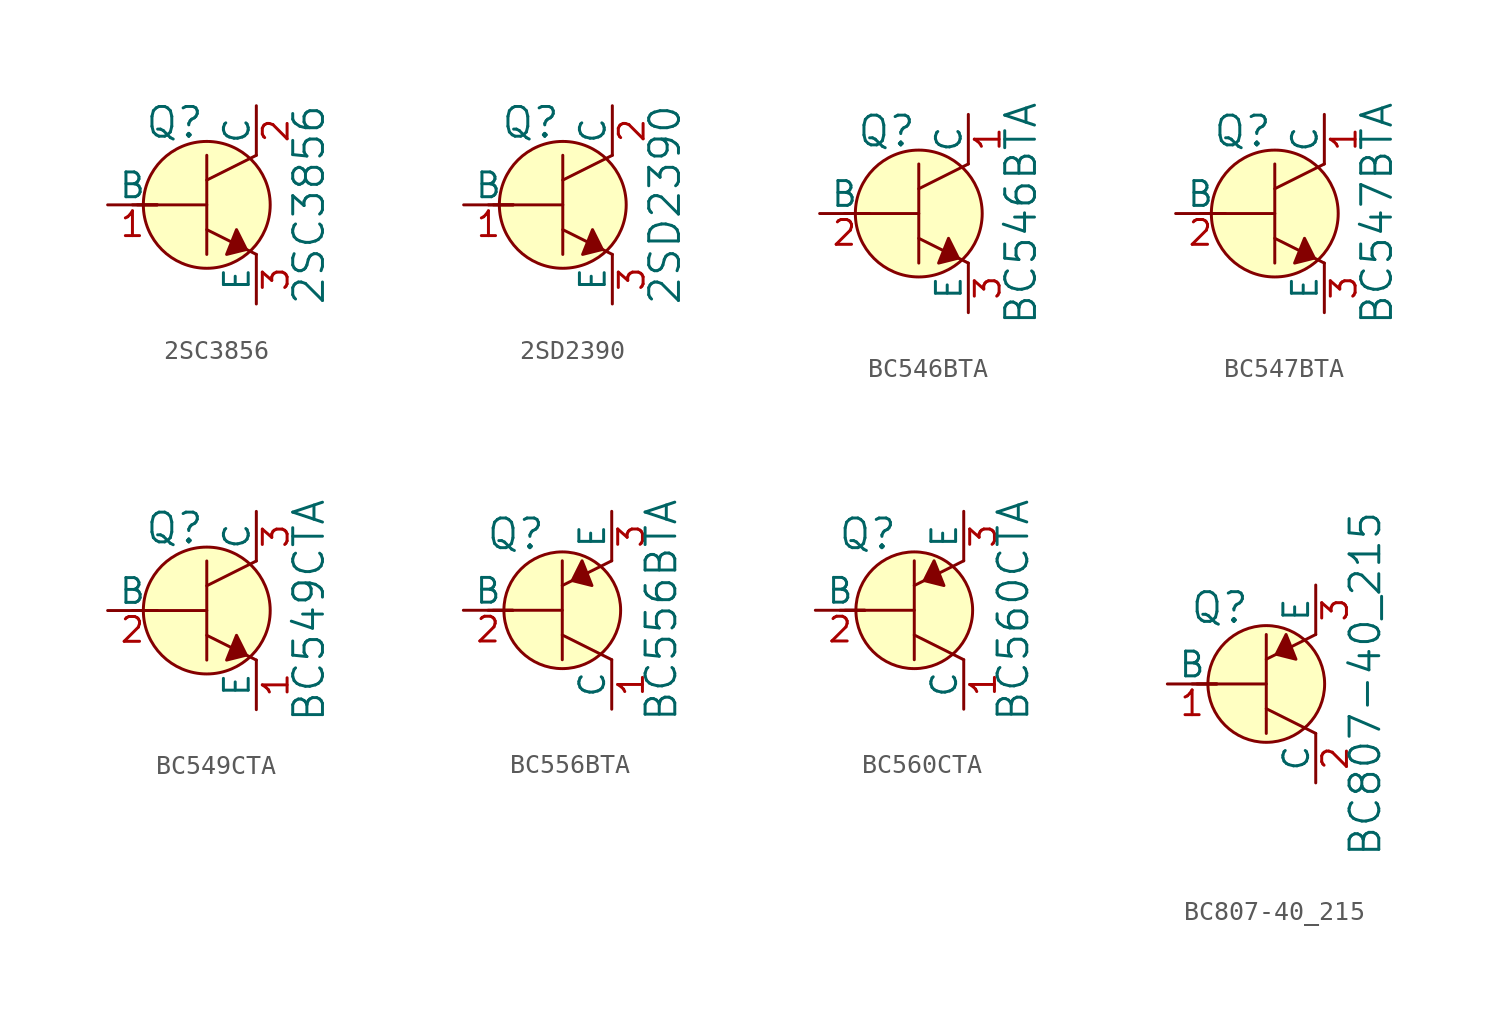
<source format=kicad_sym>
(kicad_symbol_lib
  (version 20220914)
  (generator kicad_symbol_editor)
  (symbol "2SC3856"
    (pin_names
      (offset 0))
    (property "Reference" "Q"
      (at -3.2 4.216 0)
      (effects (font (size 1.524 1.524)) (justify left)))
    (property "Value" "2SC3856"
      (at 5.232 0 90)
      (effects (font (size 1.524 1.524))))
    (symbol "2SC3856_0_1"
      (polyline (pts (xy -3.81 0) (xy -2.54 0)) (stroke (width 0) (type default)) (fill (type none)))
      (polyline (pts (xy -3.556 0) (xy 0 0)) (stroke (width 0) (type default)) (fill (type none)))
      (polyline (pts (xy 0 -1.27) (xy 2.54 -2.54)) (stroke (width 0) (type default)) (fill (type none)))
      (polyline (pts (xy 0 1.27) (xy 2.54 2.54)) (stroke (width 0) (type default)) (fill (type none)))
      (polyline (pts (xy 0 2.54) (xy 0 -2.54)) (stroke (width 0) (type default)) (fill (type none)))
      (polyline (pts (xy 1.524 -1.27) (xy 2.032 -2.286) (xy 1.016 -2.54) (xy 1.524 -1.27)) (stroke (width 0) (type default)) (fill (type outline)))
      (circle (center 0 0) (radius 3.251) (stroke (width 0) (type default)) (fill (type background))))
    (symbol "2SC3856_1_1"
      (pin input line (at -5.08 0 0) (length 2.54) (name "B" (effects (font (size 1.27 1.27)))) (number "1" (effects (font (size 1.27 1.27)))))
      (pin passive line (at 2.54 5.08 270) (length 2.54) (name "C" (effects (font (size 1.27 1.27)))) (number "2" (effects (font (size 1.27 1.27)))))
      (pin passive line (at 2.54 -5.08 90) (length 2.54) (name "E" (effects (font (size 1.27 1.27)))) (number "3" (effects (font (size 1.27 1.27)))))))
  (symbol "2SD2390"
    (pin_names
      (offset 0))
    (property "Reference" "Q"
      (at -3.2 4.216 0)
      (effects (font (size 1.524 1.524)) (justify left)))
    (property "Value" "2SD2390"
      (at 5.232 0 90)
      (effects (font (size 1.524 1.524))))
    (symbol "2SD2390_0_1"
      (polyline (pts (xy -3.81 0) (xy -2.54 0)) (stroke (width 0) (type default)) (fill (type none)))
      (polyline (pts (xy -3.556 0) (xy 0 0)) (stroke (width 0) (type default)) (fill (type none)))
      (polyline (pts (xy 0 -1.27) (xy 2.54 -2.54)) (stroke (width 0) (type default)) (fill (type none)))
      (polyline (pts (xy 0 1.27) (xy 2.54 2.54)) (stroke (width 0) (type default)) (fill (type none)))
      (polyline (pts (xy 0 2.54) (xy 0 -2.54)) (stroke (width 0) (type default)) (fill (type none)))
      (polyline (pts (xy 1.524 -1.27) (xy 2.032 -2.286) (xy 1.016 -2.54) (xy 1.524 -1.27)) (stroke (width 0) (type default)) (fill (type outline)))
      (circle (center 0 0) (radius 3.251) (stroke (width 0) (type default)) (fill (type background))))
    (symbol "2SD2390_1_1"
      (pin input line (at -5.08 0 0) (length 2.54) (name "B" (effects (font (size 1.27 1.27)))) (number "1" (effects (font (size 1.27 1.27)))))
      (pin passive line (at 2.54 5.08 270) (length 2.54) (name "C" (effects (font (size 1.27 1.27)))) (number "2" (effects (font (size 1.27 1.27)))))
      (pin passive line (at 2.54 -5.08 90) (length 2.54) (name "E" (effects (font (size 1.27 1.27)))) (number "3" (effects (font (size 1.27 1.27)))))))
  (symbol "BC546BTA"
    (pin_names
      (offset 0))
    (property "Reference" "Q"
      (at -3.2 4.216 0)
      (effects (font (size 1.524 1.524)) (justify left)))
    (property "Value" "BC546BTA"
      (at 5.232 0 90)
      (effects (font (size 1.524 1.524))))
    (symbol "BC546BTA_0_1"
      (polyline (pts (xy -3.81 0) (xy -2.54 0)) (stroke (width 0) (type default)) (fill (type none)))
      (polyline (pts (xy -3.556 0) (xy 0 0)) (stroke (width 0) (type default)) (fill (type none)))
      (polyline (pts (xy 0 -1.27) (xy 2.54 -2.54)) (stroke (width 0) (type default)) (fill (type none)))
      (polyline (pts (xy 0 1.27) (xy 2.54 2.54)) (stroke (width 0) (type default)) (fill (type none)))
      (polyline (pts (xy 0 2.54) (xy 0 -2.54)) (stroke (width 0) (type default)) (fill (type none)))
      (polyline (pts (xy 1.524 -1.27) (xy 2.032 -2.286) (xy 1.016 -2.54) (xy 1.524 -1.27)) (stroke (width 0) (type default)) (fill (type outline)))
      (circle (center 0 0) (radius 3.251) (stroke (width 0) (type default)) (fill (type background))))
    (symbol "BC546BTA_1_1"
      (pin passive line (at 2.54 5.08 270) (length 2.54) (name "C" (effects (font (size 1.27 1.27)))) (number "1" (effects (font (size 1.27 1.27)))))
      (pin input line (at -5.08 0 0) (length 2.54) (name "B" (effects (font (size 1.27 1.27)))) (number "2" (effects (font (size 1.27 1.27)))))
      (pin passive line (at 2.54 -5.08 90) (length 2.54) (name "E" (effects (font (size 1.27 1.27)))) (number "3" (effects (font (size 1.27 1.27)))))))
  (symbol "BC547BTA"
    (pin_names
      (offset 0))
    (property "Reference" "Q"
      (at -3.2 4.216 0)
      (effects (font (size 1.524 1.524)) (justify left)))
    (property "Value" "BC547BTA"
      (at 5.232 0 90)
      (effects (font (size 1.524 1.524))))
    (symbol "BC547BTA_0_1"
      (polyline (pts (xy -3.81 0) (xy -2.54 0)) (stroke (width 0) (type default)) (fill (type none)))
      (polyline (pts (xy -3.556 0) (xy 0 0)) (stroke (width 0) (type default)) (fill (type none)))
      (polyline (pts (xy 0 -1.27) (xy 2.54 -2.54)) (stroke (width 0) (type default)) (fill (type none)))
      (polyline (pts (xy 0 1.27) (xy 2.54 2.54)) (stroke (width 0) (type default)) (fill (type none)))
      (polyline (pts (xy 0 2.54) (xy 0 -2.54)) (stroke (width 0) (type default)) (fill (type none)))
      (polyline (pts (xy 1.524 -1.27) (xy 2.032 -2.286) (xy 1.016 -2.54) (xy 1.524 -1.27)) (stroke (width 0) (type default)) (fill (type outline)))
      (circle (center 0 0) (radius 3.251) (stroke (width 0) (type default)) (fill (type background))))
    (symbol "BC547BTA_1_1"
      (pin passive line (at 2.54 5.08 270) (length 2.54) (name "C" (effects (font (size 1.27 1.27)))) (number "1" (effects (font (size 1.27 1.27)))))
      (pin input line (at -5.08 0 0) (length 2.54) (name "B" (effects (font (size 1.27 1.27)))) (number "2" (effects (font (size 1.27 1.27)))))
      (pin passive line (at 2.54 -5.08 90) (length 2.54) (name "E" (effects (font (size 1.27 1.27)))) (number "3" (effects (font (size 1.27 1.27)))))))
  (symbol "BC549CTA"
    (pin_names
      (offset 0))
    (property "Reference" "Q"
      (at -3.2 4.216 0)
      (effects (font (size 1.524 1.524)) (justify left)))
    (property "Value" "BC549CTA"
      (at 5.232 0 90)
      (effects (font (size 1.524 1.524))))
    (symbol "BC549CTA_0_1"
      (polyline (pts (xy -3.81 0) (xy -2.54 0)) (stroke (width 0) (type default)) (fill (type none)))
      (polyline (pts (xy -3.556 0) (xy 0 0)) (stroke (width 0) (type default)) (fill (type none)))
      (polyline (pts (xy 0 -1.27) (xy 2.54 -2.54)) (stroke (width 0) (type default)) (fill (type none)))
      (polyline (pts (xy 0 1.27) (xy 2.54 2.54)) (stroke (width 0) (type default)) (fill (type none)))
      (polyline (pts (xy 0 2.54) (xy 0 -2.54)) (stroke (width 0) (type default)) (fill (type none)))
      (polyline (pts (xy 1.524 -1.27) (xy 2.032 -2.286) (xy 1.016 -2.54) (xy 1.524 -1.27)) (stroke (width 0) (type default)) (fill (type outline)))
      (circle (center 0 0) (radius 3.251) (stroke (width 0) (type default)) (fill (type background))))
    (symbol "BC549CTA_1_1"
      (pin passive line (at 2.54 -5.08 90) (length 2.54) (name "E" (effects (font (size 1.27 1.27)))) (number "1" (effects (font (size 1.27 1.27)))))
      (pin input line (at -5.08 0 0) (length 2.54) (name "B" (effects (font (size 1.27 1.27)))) (number "2" (effects (font (size 1.27 1.27)))))
      (pin passive line (at 2.54 5.08 270) (length 2.54) (name "C" (effects (font (size 1.27 1.27)))) (number "3" (effects (font (size 1.27 1.27)))))))
  (symbol "BC556BTA"
    (pin_names
      (offset 0))
    (property "Reference" "Q"
      (at -2.388 3.912 0)
      (effects (font (size 1.524 1.524))))
    (property "Value" "BC556BTA"
      (at 5.08 0 90)
      (effects (font (size 1.524 1.524))))
    (symbol "BC556BTA_0_1"
      (polyline (pts (xy -3.81 0) (xy -2.54 0)) (stroke (width 0) (type default)) (fill (type none)))
      (polyline (pts (xy -3.556 0) (xy 0 0)) (stroke (width 0) (type default)) (fill (type none)))
      (polyline (pts (xy 0 -1.27) (xy 2.54 -2.54)) (stroke (width 0) (type default)) (fill (type none)))
      (polyline (pts (xy 0 1.27) (xy 2.54 2.54)) (stroke (width 0) (type default)) (fill (type none)))
      (polyline (pts (xy 0 2.54) (xy 0 -2.54)) (stroke (width 0) (type default)) (fill (type none)))
      (polyline (pts (xy 1.016 2.54) (xy 0.508 1.524) (xy 1.524 1.27) (xy 1.016 2.54)) (stroke (width 0) (type default)) (fill (type outline)))
      (circle (center 0 0) (radius 2.997) (stroke (width 0) (type default)) (fill (type background))))
    (symbol "BC556BTA_1_1"
      (pin passive line (at 2.54 -5.08 90) (length 2.54) (name "C" (effects (font (size 1.27 1.27)))) (number "1" (effects (font (size 1.27 1.27)))))
      (pin input line (at -5.08 0 0) (length 2.54) (name "B" (effects (font (size 1.27 1.27)))) (number "2" (effects (font (size 1.27 1.27)))))
      (pin passive line (at 2.54 5.08 270) (length 2.54) (name "E" (effects (font (size 1.27 1.27)))) (number "3" (effects (font (size 1.27 1.27)))))))
  (symbol "BC560CTA"
    (pin_names
      (offset 0))
    (property "Reference" "Q"
      (at -2.388 3.912 0)
      (effects (font (size 1.524 1.524))))
    (property "Value" "BC560CTA"
      (at 5.08 0 90)
      (effects (font (size 1.524 1.524))))
    (symbol "BC560CTA_0_1"
      (polyline (pts (xy -3.81 0) (xy -2.54 0)) (stroke (width 0) (type default)) (fill (type none)))
      (polyline (pts (xy -3.556 0) (xy 0 0)) (stroke (width 0) (type default)) (fill (type none)))
      (polyline (pts (xy 0 -1.27) (xy 2.54 -2.54)) (stroke (width 0) (type default)) (fill (type none)))
      (polyline (pts (xy 0 1.27) (xy 2.54 2.54)) (stroke (width 0) (type default)) (fill (type none)))
      (polyline (pts (xy 0 2.54) (xy 0 -2.54)) (stroke (width 0) (type default)) (fill (type none)))
      (polyline (pts (xy 1.016 2.54) (xy 0.508 1.524) (xy 1.524 1.27) (xy 1.016 2.54)) (stroke (width 0) (type default)) (fill (type outline)))
      (circle (center 0 0) (radius 2.997) (stroke (width 0) (type default)) (fill (type background))))
    (symbol "BC560CTA_1_1"
      (pin passive line (at 2.54 -5.08 90) (length 2.54) (name "C" (effects (font (size 1.27 1.27)))) (number "1" (effects (font (size 1.27 1.27)))))
      (pin input line (at -5.08 0 0) (length 2.54) (name "B" (effects (font (size 1.27 1.27)))) (number "2" (effects (font (size 1.27 1.27)))))
      (pin passive line (at 2.54 5.08 270) (length 2.54) (name "E" (effects (font (size 1.27 1.27)))) (number "3" (effects (font (size 1.27 1.27)))))))
  (symbol "BC807-40_215"
    (pin_names
      (offset 0))
    (property "Reference" "Q"
      (at -2.388 3.912 0)
      (effects (font (size 1.524 1.524))))
    (property "Value" "BC807-40_215"
      (at 5.08 0 90)
      (effects (font (size 1.524 1.524))))
    (symbol "BC807-40_215_0_1"
      (polyline (pts (xy -3.81 0) (xy -2.54 0)) (stroke (width 0) (type default)) (fill (type none)))
      (polyline (pts (xy -3.556 0) (xy 0 0)) (stroke (width 0) (type default)) (fill (type none)))
      (polyline (pts (xy 0 -1.27) (xy 2.54 -2.54)) (stroke (width 0) (type default)) (fill (type none)))
      (polyline (pts (xy 0 1.27) (xy 2.54 2.54)) (stroke (width 0) (type default)) (fill (type none)))
      (polyline (pts (xy 0 2.54) (xy 0 -2.54)) (stroke (width 0) (type default)) (fill (type none)))
      (polyline (pts (xy 1.016 2.54) (xy 0.508 1.524) (xy 1.524 1.27) (xy 1.016 2.54)) (stroke (width 0) (type default)) (fill (type outline)))
      (circle (center 0 0) (radius 2.997) (stroke (width 0) (type default)) (fill (type background))))
    (symbol "BC807-40_215_1_1"
      (pin input line (at -5.08 0 0) (length 2.54) (name "B" (effects (font (size 1.27 1.27)))) (number "1" (effects (font (size 1.27 1.27)))))
      (pin passive line (at 2.54 -5.08 90) (length 2.54) (name "C" (effects (font (size 1.27 1.27)))) (number "2" (effects (font (size 1.27 1.27)))))
      (pin passive line (at 2.54 5.08 270) (length 2.54) (name "E" (effects (font (size 1.27 1.27)))) (number "3" (effects (font (size 1.27 1.27))))))))
</source>
